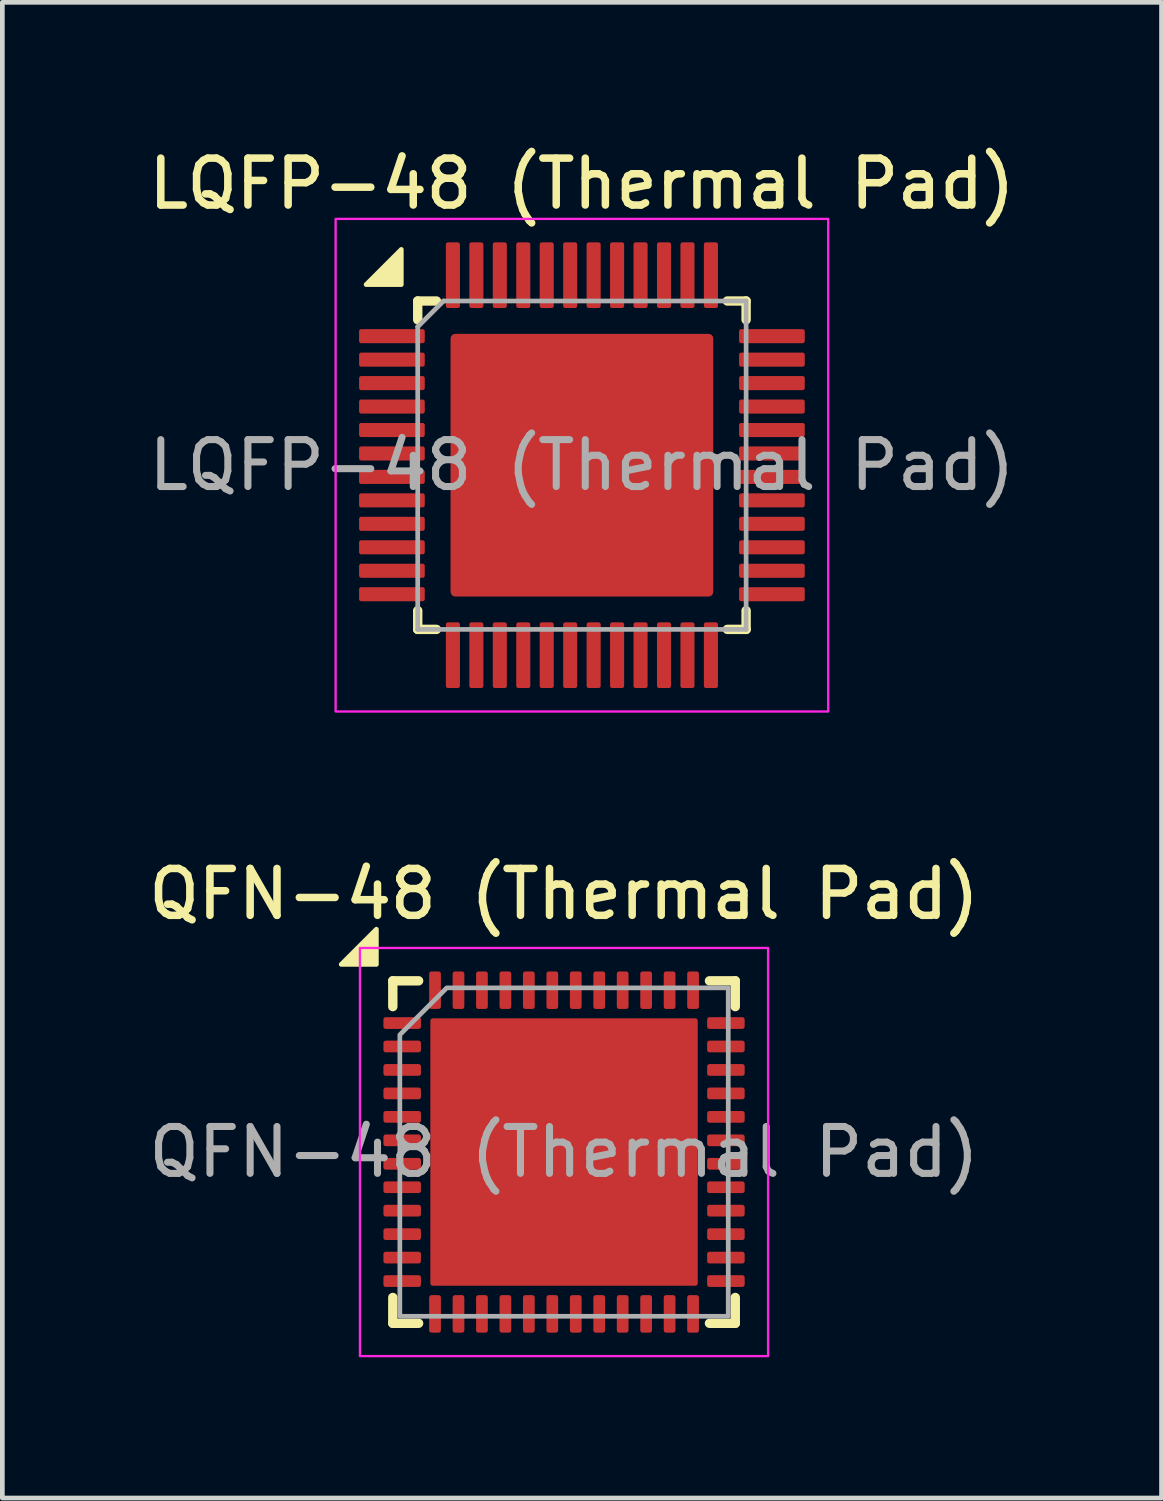
<source format=kicad_pcb>
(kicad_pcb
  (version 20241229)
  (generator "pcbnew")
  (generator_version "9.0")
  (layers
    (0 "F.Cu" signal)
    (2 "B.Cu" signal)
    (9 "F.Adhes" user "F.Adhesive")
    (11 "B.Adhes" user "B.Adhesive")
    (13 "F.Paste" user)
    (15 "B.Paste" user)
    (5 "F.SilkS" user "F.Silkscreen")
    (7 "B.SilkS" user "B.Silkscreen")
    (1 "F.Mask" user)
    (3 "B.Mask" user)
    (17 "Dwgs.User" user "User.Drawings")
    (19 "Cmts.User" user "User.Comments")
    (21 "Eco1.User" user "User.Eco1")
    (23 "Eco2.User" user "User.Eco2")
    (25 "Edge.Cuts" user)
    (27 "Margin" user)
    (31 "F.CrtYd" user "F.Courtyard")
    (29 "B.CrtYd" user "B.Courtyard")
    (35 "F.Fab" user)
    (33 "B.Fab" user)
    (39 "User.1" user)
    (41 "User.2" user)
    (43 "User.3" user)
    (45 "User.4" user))
  (footprint "QFN-48 (Thermal Pad)"
    (layer "F.Cu")
    (at 8.973 21.507)
    (property "Reference" "QFN-48 (Thermal Pad)" (at 0 -5.5 0) (unlocked yes) (layer "F.SilkS") (effects (font (size 1 1) (thickness 0.16))))
    (attr smd)
    (fp_line (start -3.65 -3.65) (end -3.1 -3.65) (stroke (width 0.2) (type default)) (layer "F.SilkS"))
    (fp_line (start -3.65 -3.1) (end -3.65 -3.65) (stroke (width 0.2) (type default)) (layer "F.SilkS"))
    (fp_line (start -3.65 3.65) (end -3.65 3.1) (stroke (width 0.2) (type default)) (layer "F.SilkS"))
    (fp_line (start -3.1 3.65) (end -3.65 3.65) (stroke (width 0.2) (type default)) (layer "F.SilkS"))
    (fp_line (start 3.1 -3.65) (end 3.65 -3.65) (stroke (width 0.2) (type default)) (layer "F.SilkS"))
    (fp_line (start 3.65 -3.65) (end 3.65 -3.1) (stroke (width 0.2) (type default)) (layer "F.SilkS"))
    (fp_line (start 3.65 3.1) (end 3.65 3.65) (stroke (width 0.2) (type default)) (layer "F.SilkS"))
    (fp_line (start 3.65 3.65) (end 3.1 3.65) (stroke (width 0.2) (type default)) (layer "F.SilkS"))
    (fp_poly (pts (xy -4 -4) (xy -4 -4.75) (xy -4.75 -4)) (stroke (width 0.1) (type solid)) (fill yes) (layer "F.SilkS"))
    (fp_rect (start -4.35 -4.35) (end 4.35 4.35) (stroke (width 0.05) (type default)) (fill no) (layer "F.CrtYd"))
    (fp_poly (pts (xy -3.5 -2.5) (xy -3.5 3.5) (xy 3.5 3.5) (xy 3.5 -3.5) (xy -2.5 -3.5)) (stroke (width 0.1) (type solid)) (fill no) (layer "F.Fab"))
    (fp_text user "${REFERENCE}" (at 0 0 0) (unlocked yes) (layer "F.Fab") (effects (font (size 1 1) (thickness 0.15))))
    (pad "" smd roundrect (at -1.17 -1.17) (size 0.94 0.94) (layers "F.Paste") (roundrect_rratio 0.25))
    (pad "" smd roundrect (at -1.17 0) (size 0.94 0.94) (layers "F.Paste") (roundrect_rratio 0.25))
    (pad "" smd roundrect (at -1.17 1.17) (size 0.94 0.94) (layers "F.Paste") (roundrect_rratio 0.25))
    (pad "" smd roundrect (at 0 -1.17) (size 0.94 0.94) (layers "F.Paste") (roundrect_rratio 0.25))
    (pad "" smd roundrect (at 0 0) (size 0.94 0.94) (layers "F.Paste") (roundrect_rratio 0.25))
    (pad "" smd roundrect (at 0 1.17) (size 0.94 0.94) (layers "F.Paste") (roundrect_rratio 0.25))
    (pad "" smd roundrect (at 1.17 -1.17) (size 0.94 0.94) (layers "F.Paste") (roundrect_rratio 0.25))
    (pad "" smd roundrect (at 1.17 0) (size 0.94 0.94) (layers "F.Paste") (roundrect_rratio 0.25))
    (pad "" smd roundrect (at 1.17 1.17) (size 0.94 0.94) (layers "F.Paste") (roundrect_rratio 0.25))
    (pad "1" smd roundrect (at -3.45 -2.75) (size 0.8 0.25) (layers "F.Cu" "F.Mask" "F.Paste") (roundrect_rratio 0.2))
    (pad "2" smd roundrect (at -3.45 -2.25) (size 0.8 0.25) (layers "F.Cu" "F.Mask" "F.Paste") (roundrect_rratio 0.2))
    (pad "3" smd roundrect (at -3.45 -1.75) (size 0.8 0.25) (layers "F.Cu" "F.Mask" "F.Paste") (roundrect_rratio 0.2))
    (pad "4" smd roundrect (at -3.45 -1.25) (size 0.8 0.25) (layers "F.Cu" "F.Mask" "F.Paste") (roundrect_rratio 0.2))
    (pad "5" smd roundrect (at -3.45 -0.75) (size 0.8 0.25) (layers "F.Cu" "F.Mask" "F.Paste") (roundrect_rratio 0.2))
    (pad "6" smd roundrect (at -3.45 -0.25) (size 0.8 0.25) (layers "F.Cu" "F.Mask" "F.Paste") (roundrect_rratio 0.2))
    (pad "7" smd roundrect (at -3.45 0.25) (size 0.8 0.25) (layers "F.Cu" "F.Mask" "F.Paste") (roundrect_rratio 0.2))
    (pad "8" smd roundrect (at -3.45 0.75) (size 0.8 0.25) (layers "F.Cu" "F.Mask" "F.Paste") (roundrect_rratio 0.2))
    (pad "9" smd roundrect (at -3.45 1.25) (size 0.8 0.25) (layers "F.Cu" "F.Mask" "F.Paste") (roundrect_rratio 0.2))
    (pad "10" smd roundrect (at -3.45 1.75) (size 0.8 0.25) (layers "F.Cu" "F.Mask" "F.Paste") (roundrect_rratio 0.2))
    (pad "11" smd roundrect (at -3.45 2.25) (size 0.8 0.25) (layers "F.Cu" "F.Mask" "F.Paste") (roundrect_rratio 0.2))
    (pad "12" smd roundrect (at -3.45 2.75) (size 0.8 0.25) (layers "F.Cu" "F.Mask" "F.Paste") (roundrect_rratio 0.2))
    (pad "13" smd roundrect (at -2.75 3.45) (size 0.25 0.8) (layers "F.Cu" "F.Mask" "F.Paste") (roundrect_rratio 0.2))
    (pad "14" smd roundrect (at -2.25 3.45) (size 0.25 0.8) (layers "F.Cu" "F.Mask" "F.Paste") (roundrect_rratio 0.2))
    (pad "15" smd roundrect (at -1.75 3.45) (size 0.25 0.8) (layers "F.Cu" "F.Mask" "F.Paste") (roundrect_rratio 0.2))
    (pad "16" smd roundrect (at -1.25 3.45) (size 0.25 0.8) (layers "F.Cu" "F.Mask" "F.Paste") (roundrect_rratio 0.2))
    (pad "17" smd roundrect (at -0.75 3.45) (size 0.25 0.8) (layers "F.Cu" "F.Mask" "F.Paste") (roundrect_rratio 0.2))
    (pad "18" smd roundrect (at -0.25 3.45) (size 0.25 0.8) (layers "F.Cu" "F.Mask" "F.Paste") (roundrect_rratio 0.2))
    (pad "19" smd roundrect (at 0.25 3.45) (size 0.25 0.8) (layers "F.Cu" "F.Mask" "F.Paste") (roundrect_rratio 0.2))
    (pad "20" smd roundrect (at 0.75 3.45) (size 0.25 0.8) (layers "F.Cu" "F.Mask" "F.Paste") (roundrect_rratio 0.2))
    (pad "21" smd roundrect (at 1.25 3.45) (size 0.25 0.8) (layers "F.Cu" "F.Mask" "F.Paste") (roundrect_rratio 0.2))
    (pad "22" smd roundrect (at 1.75 3.45) (size 0.25 0.8) (layers "F.Cu" "F.Mask" "F.Paste") (roundrect_rratio 0.2))
    (pad "23" smd roundrect (at 2.25 3.45) (size 0.25 0.8) (layers "F.Cu" "F.Mask" "F.Paste") (roundrect_rratio 0.2))
    (pad "24" smd roundrect (at 2.75 3.45) (size 0.25 0.8) (layers "F.Cu" "F.Mask" "F.Paste") (roundrect_rratio 0.2))
    (pad "25" smd roundrect (at 3.45 2.75) (size 0.8 0.25) (layers "F.Cu" "F.Mask" "F.Paste") (roundrect_rratio 0.2))
    (pad "26" smd roundrect (at 3.45 2.25) (size 0.8 0.25) (layers "F.Cu" "F.Mask" "F.Paste") (roundrect_rratio 0.2))
    (pad "27" smd roundrect (at 3.45 1.75) (size 0.8 0.25) (layers "F.Cu" "F.Mask" "F.Paste") (roundrect_rratio 0.2))
    (pad "28" smd roundrect (at 3.45 1.25) (size 0.8 0.25) (layers "F.Cu" "F.Mask" "F.Paste") (roundrect_rratio 0.2))
    (pad "29" smd roundrect (at 3.45 0.75) (size 0.8 0.25) (layers "F.Cu" "F.Mask" "F.Paste") (roundrect_rratio 0.2))
    (pad "30" smd roundrect (at 3.45 0.25) (size 0.8 0.25) (layers "F.Cu" "F.Mask" "F.Paste") (roundrect_rratio 0.2))
    (pad "31" smd roundrect (at 3.45 -0.25) (size 0.8 0.25) (layers "F.Cu" "F.Mask" "F.Paste") (roundrect_rratio 0.2))
    (pad "32" smd roundrect (at 3.45 -0.75) (size 0.8 0.25) (layers "F.Cu" "F.Mask" "F.Paste") (roundrect_rratio 0.2))
    (pad "33" smd roundrect (at 3.45 -1.25) (size 0.8 0.25) (layers "F.Cu" "F.Mask" "F.Paste") (roundrect_rratio 0.2))
    (pad "34" smd roundrect (at 3.45 -1.75) (size 0.8 0.25) (layers "F.Cu" "F.Mask" "F.Paste") (roundrect_rratio 0.2))
    (pad "35" smd roundrect (at 3.45 -2.25) (size 0.8 0.25) (layers "F.Cu" "F.Mask" "F.Paste") (roundrect_rratio 0.2))
    (pad "36" smd roundrect (at 3.45 -2.75) (size 0.8 0.25) (layers "F.Cu" "F.Mask" "F.Paste") (roundrect_rratio 0.2))
    (pad "37" smd roundrect (at 2.75 -3.45) (size 0.25 0.8) (layers "F.Cu" "F.Mask" "F.Paste") (roundrect_rratio 0.2))
    (pad "38" smd roundrect (at 2.25 -3.45) (size 0.25 0.8) (layers "F.Cu" "F.Mask" "F.Paste") (roundrect_rratio 0.2))
    (pad "39" smd roundrect (at 1.75 -3.45) (size 0.25 0.8) (layers "F.Cu" "F.Mask" "F.Paste") (roundrect_rratio 0.2))
    (pad "40" smd roundrect (at 1.25 -3.45) (size 0.25 0.8) (layers "F.Cu" "F.Mask" "F.Paste") (roundrect_rratio 0.2))
    (pad "41" smd roundrect (at 0.75 -3.45) (size 0.25 0.8) (layers "F.Cu" "F.Mask" "F.Paste") (roundrect_rratio 0.2))
    (pad "42" smd roundrect (at 0.25 -3.45) (size 0.25 0.8) (layers "F.Cu" "F.Mask" "F.Paste") (roundrect_rratio 0.2))
    (pad "43" smd roundrect (at -0.25 -3.45) (size 0.25 0.8) (layers "F.Cu" "F.Mask" "F.Paste") (roundrect_rratio 0.2))
    (pad "44" smd roundrect (at -0.75 -3.45) (size 0.25 0.8) (layers "F.Cu" "F.Mask" "F.Paste") (roundrect_rratio 0.2))
    (pad "45" smd roundrect (at -1.25 -3.45) (size 0.25 0.8) (layers "F.Cu" "F.Mask" "F.Paste") (roundrect_rratio 0.2))
    (pad "46" smd roundrect (at -1.75 -3.45) (size 0.25 0.8) (layers "F.Cu" "F.Mask" "F.Paste") (roundrect_rratio 0.2))
    (pad "47" smd roundrect (at -2.25 -3.45) (size 0.25 0.8) (layers "F.Cu" "F.Mask" "F.Paste") (roundrect_rratio 0.2))
    (pad "48" smd roundrect (at -2.75 -3.45) (size 0.25 0.8) (layers "F.Cu" "F.Mask" "F.Paste") (roundrect_rratio 0.2))
    (pad "49" smd roundrect (at 0 0) (size 5.7 5.7) (property pad_prop_heatsink) (layers "F.Cu" "F.Mask") (roundrect_rratio 0.009)))
  (footprint "LQFP-48 (Thermal Pad)"
    (layer "F.Cu")
    (at 9.354 6.866)
    (property "Reference" "LQFP-48 (Thermal Pad)" (at 0 -6 0) (unlocked yes) (layer "F.SilkS") (effects (font (size 1 1) (thickness 0.16))))
    (attr smd)
    (fp_line (start -3.5 -3.5) (end -3.5 -3.1) (stroke (width 0.2) (type default)) (layer "F.SilkS"))
    (fp_line (start -3.5 3.1) (end -3.5 3.5) (stroke (width 0.2) (type default)) (layer "F.SilkS"))
    (fp_line (start -3.5 3.5) (end -3.1 3.5) (stroke (width 0.2) (type default)) (layer "F.SilkS"))
    (fp_line (start -3.1 -3.5) (end -3.5 -3.5) (stroke (width 0.2) (type default)) (layer "F.SilkS"))
    (fp_line (start 3.1 3.5) (end 3.5 3.5) (stroke (width 0.2) (type default)) (layer "F.SilkS"))
    (fp_line (start 3.5 -3.5) (end 3.1 -3.5) (stroke (width 0.2) (type default)) (layer "F.SilkS"))
    (fp_line (start 3.5 -3.1) (end 3.5 -3.5) (stroke (width 0.2) (type default)) (layer "F.SilkS"))
    (fp_line (start 3.5 3.5) (end 3.5 3.1) (stroke (width 0.2) (type default)) (layer "F.SilkS"))
    (fp_poly (pts (xy -3.85 -3.85) (xy -3.85 -4.6) (xy -4.6 -3.85)) (stroke (width 0.1) (type solid)) (fill yes) (layer "F.SilkS"))
    (fp_rect (start -5.25 -5.25) (end 5.25 5.25) (stroke (width 0.05) (type default)) (fill no) (layer "F.CrtYd"))
    (fp_line (start -3.5 3.5) (end -3.5 -2.95) (stroke (width 0.1) (type default)) (layer "F.Fab"))
    (fp_line (start -2.95 -3.5) (end -3.5 -2.95) (stroke (width 0.1) (type default)) (layer "F.Fab"))
    (fp_line (start -2.95 -3.5) (end 3.5 -3.5) (stroke (width 0.1) (type default)) (layer "F.Fab"))
    (fp_line (start 3.5 -3.5) (end 3.5 3.5) (stroke (width 0.1) (type default)) (layer "F.Fab"))
    (fp_line (start 3.5 3.5) (end -3.5 3.5) (stroke (width 0.1) (type default)) (layer "F.Fab"))
    (fp_text user "${REFERENCE}" (at 0 0 0) (unlocked yes) (layer "F.Fab") (effects (font (size 1 1) (thickness 0.15))))
    (pad "1" smd roundrect (at -4.05 -2.75) (size 1.4 0.3) (layers "F.Cu" "F.Mask" "F.Paste") (roundrect_rratio 0.15))
    (pad "2" smd roundrect (at -4.05 -2.25) (size 1.4 0.3) (layers "F.Cu" "F.Mask" "F.Paste") (roundrect_rratio 0.15))
    (pad "3" smd roundrect (at -4.05 -1.75) (size 1.4 0.3) (layers "F.Cu" "F.Mask" "F.Paste") (roundrect_rratio 0.15))
    (pad "4" smd roundrect (at -4.05 -1.25) (size 1.4 0.3) (layers "F.Cu" "F.Mask" "F.Paste") (roundrect_rratio 0.15))
    (pad "5" smd roundrect (at -4.05 -0.75) (size 1.4 0.3) (layers "F.Cu" "F.Mask" "F.Paste") (roundrect_rratio 0.15))
    (pad "6" smd roundrect (at -4.05 -0.25) (size 1.4 0.3) (layers "F.Cu" "F.Mask" "F.Paste") (roundrect_rratio 0.15))
    (pad "7" smd roundrect (at -4.05 0.25) (size 1.4 0.3) (layers "F.Cu" "F.Mask" "F.Paste") (roundrect_rratio 0.15))
    (pad "8" smd roundrect (at -4.05 0.75) (size 1.4 0.3) (layers "F.Cu" "F.Mask" "F.Paste") (roundrect_rratio 0.15))
    (pad "9" smd roundrect (at -4.05 1.25) (size 1.4 0.3) (layers "F.Cu" "F.Mask" "F.Paste") (roundrect_rratio 0.15))
    (pad "10" smd roundrect (at -4.05 1.75) (size 1.4 0.3) (layers "F.Cu" "F.Mask" "F.Paste") (roundrect_rratio 0.15))
    (pad "11" smd roundrect (at -4.05 2.25) (size 1.4 0.3) (layers "F.Cu" "F.Mask" "F.Paste") (roundrect_rratio 0.15))
    (pad "12" smd roundrect (at -4.05 2.75) (size 1.4 0.3) (layers "F.Cu" "F.Mask" "F.Paste") (roundrect_rratio 0.15))
    (pad "13" smd roundrect (at -2.75 4.05) (size 0.3 1.4) (layers "F.Cu" "F.Mask" "F.Paste") (roundrect_rratio 0.15))
    (pad "14" smd roundrect (at -2.25 4.05) (size 0.3 1.4) (layers "F.Cu" "F.Mask" "F.Paste") (roundrect_rratio 0.15))
    (pad "15" smd roundrect (at -1.75 4.05) (size 0.3 1.4) (layers "F.Cu" "F.Mask" "F.Paste") (roundrect_rratio 0.15))
    (pad "16" smd roundrect (at -1.25 4.05) (size 0.3 1.4) (layers "F.Cu" "F.Mask" "F.Paste") (roundrect_rratio 0.15))
    (pad "17" smd roundrect (at -0.75 4.05) (size 0.3 1.4) (layers "F.Cu" "F.Mask" "F.Paste") (roundrect_rratio 0.15))
    (pad "18" smd roundrect (at -0.25 4.05) (size 0.3 1.4) (layers "F.Cu" "F.Mask" "F.Paste") (roundrect_rratio 0.15))
    (pad "19" smd roundrect (at 0.25 4.05) (size 0.3 1.4) (layers "F.Cu" "F.Mask" "F.Paste") (roundrect_rratio 0.15))
    (pad "20" smd roundrect (at 0.75 4.05) (size 0.3 1.4) (layers "F.Cu" "F.Mask" "F.Paste") (roundrect_rratio 0.15))
    (pad "21" smd roundrect (at 1.25 4.05) (size 0.3 1.4) (layers "F.Cu" "F.Mask" "F.Paste") (roundrect_rratio 0.15))
    (pad "22" smd roundrect (at 1.75 4.05) (size 0.3 1.4) (layers "F.Cu" "F.Mask" "F.Paste") (roundrect_rratio 0.15))
    (pad "23" smd roundrect (at 2.25 4.05) (size 0.3 1.4) (layers "F.Cu" "F.Mask" "F.Paste") (roundrect_rratio 0.15))
    (pad "24" smd roundrect (at 2.75 4.05) (size 0.3 1.4) (layers "F.Cu" "F.Mask" "F.Paste") (roundrect_rratio 0.15))
    (pad "25" smd roundrect (at 4.05 2.75) (size 1.4 0.3) (layers "F.Cu" "F.Mask" "F.Paste") (roundrect_rratio 0.15))
    (pad "26" smd roundrect (at 4.05 2.25) (size 1.4 0.3) (layers "F.Cu" "F.Mask" "F.Paste") (roundrect_rratio 0.15))
    (pad "27" smd roundrect (at 4.05 1.75) (size 1.4 0.3) (layers "F.Cu" "F.Mask" "F.Paste") (roundrect_rratio 0.15))
    (pad "28" smd roundrect (at 4.05 1.25) (size 1.4 0.3) (layers "F.Cu" "F.Mask" "F.Paste") (roundrect_rratio 0.15))
    (pad "29" smd roundrect (at 4.05 0.75) (size 1.4 0.3) (layers "F.Cu" "F.Mask" "F.Paste") (roundrect_rratio 0.15))
    (pad "30" smd roundrect (at 4.05 0.25) (size 1.4 0.3) (layers "F.Cu" "F.Mask" "F.Paste") (roundrect_rratio 0.15))
    (pad "31" smd roundrect (at 4.05 -0.25) (size 1.4 0.3) (layers "F.Cu" "F.Mask" "F.Paste") (roundrect_rratio 0.15))
    (pad "32" smd roundrect (at 4.05 -0.75) (size 1.4 0.3) (layers "F.Cu" "F.Mask" "F.Paste") (roundrect_rratio 0.15))
    (pad "33" smd roundrect (at 4.05 -1.25) (size 1.4 0.3) (layers "F.Cu" "F.Mask" "F.Paste") (roundrect_rratio 0.15))
    (pad "34" smd roundrect (at 4.05 -1.75) (size 1.4 0.3) (layers "F.Cu" "F.Mask" "F.Paste") (roundrect_rratio 0.15))
    (pad "35" smd roundrect (at 4.05 -2.25) (size 1.4 0.3) (layers "F.Cu" "F.Mask" "F.Paste") (roundrect_rratio 0.15))
    (pad "36" smd roundrect (at 4.05 -2.75) (size 1.4 0.3) (layers "F.Cu" "F.Mask" "F.Paste") (roundrect_rratio 0.15))
    (pad "37" smd roundrect (at 2.75 -4.05) (size 0.3 1.4) (layers "F.Cu" "F.Mask" "F.Paste") (roundrect_rratio 0.15))
    (pad "38" smd roundrect (at 2.25 -4.05) (size 0.3 1.4) (layers "F.Cu" "F.Mask" "F.Paste") (roundrect_rratio 0.15))
    (pad "39" smd roundrect (at 1.75 -4.05) (size 0.3 1.4) (layers "F.Cu" "F.Mask" "F.Paste") (roundrect_rratio 0.15))
    (pad "40" smd roundrect (at 1.25 -4.05) (size 0.3 1.4) (layers "F.Cu" "F.Mask" "F.Paste") (roundrect_rratio 0.15))
    (pad "41" smd roundrect (at 0.75 -4.05) (size 0.3 1.4) (layers "F.Cu" "F.Mask" "F.Paste") (roundrect_rratio 0.15))
    (pad "42" smd roundrect (at 0.25 -4.05) (size 0.3 1.4) (layers "F.Cu" "F.Mask" "F.Paste") (roundrect_rratio 0.15))
    (pad "43" smd roundrect (at -0.25 -4.05) (size 0.3 1.4) (layers "F.Cu" "F.Mask" "F.Paste") (roundrect_rratio 0.15))
    (pad "44" smd roundrect (at -0.75 -4.05) (size 0.3 1.4) (layers "F.Cu" "F.Mask" "F.Paste") (roundrect_rratio 0.15))
    (pad "45" smd roundrect (at -1.25 -4.05) (size 0.3 1.4) (layers "F.Cu" "F.Mask" "F.Paste") (roundrect_rratio 0.15))
    (pad "46" smd roundrect (at -1.75 -4.05) (size 0.3 1.4) (layers "F.Cu" "F.Mask" "F.Paste") (roundrect_rratio 0.15))
    (pad "47" smd roundrect (at -2.25 -4.05) (size 0.3 1.4) (layers "F.Cu" "F.Mask" "F.Paste") (roundrect_rratio 0.15))
    (pad "48" smd roundrect (at -2.75 -4.05) (size 0.3 1.4) (layers "F.Cu" "F.Mask" "F.Paste") (roundrect_rratio 0.15))
    (pad "49" smd roundrect (at 0 0) (size 5.6 5.6) (layers "F.Cu" "F.Mask" "F.Paste") (roundrect_rratio 0.018)))
  (gr_rect
    (start -3 -3)
    (end 21.709 28.882)
    (stroke (width 0.1) (type default))
    (fill no)
    (layer "Edge.Cuts")))
</source>
